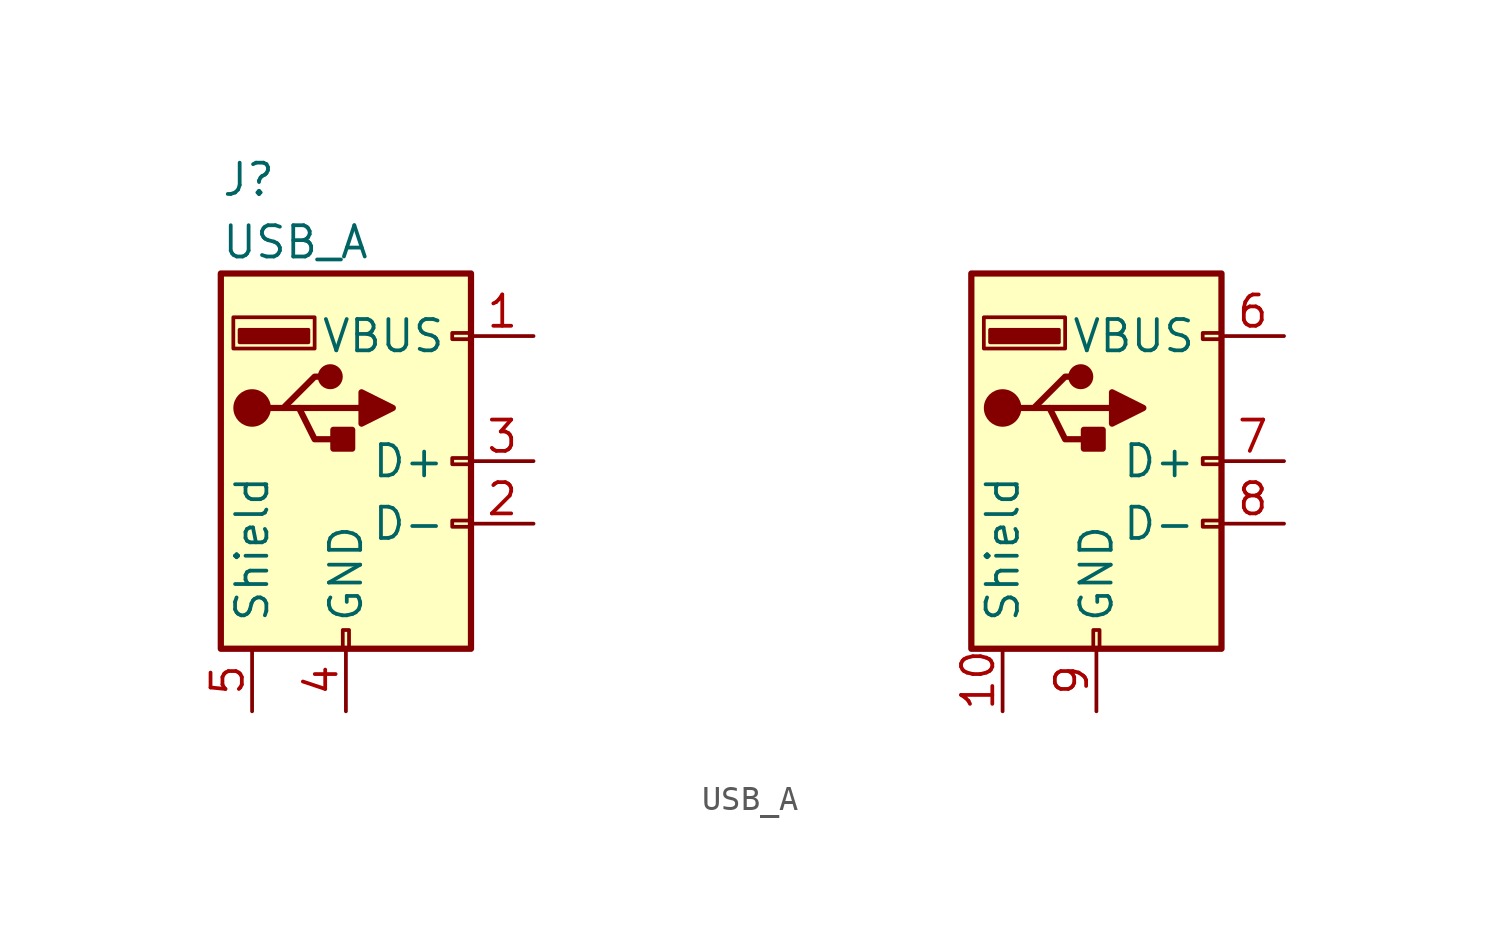
<source format=kicad_sym>
(kicad_symbol_lib
  (version 20231120)
  (generator "kicad_symbol_editor")
  (generator_version "8.0")
  (symbol "USB_A"
    (pin_names
      (offset 1.016))
    (property "Reference" "J"
      (at -5.08 11.43 0)
      (effects (font (size 1.27 1.27)) (justify left)))
    (property "Value" "USB_A"
      (at -5.08 8.89 0)
      (effects (font (size 1.27 1.27)) (justify left)))
    (symbol "USB_A_0_1"
      (rectangle (start -5.08 -7.62) (end 5.08 7.62) (stroke (width 0.254) (type default)) (fill (type background)))
      (circle (center -3.81 2.159) (radius 0.635) (stroke (width 0.254) (type default)) (fill (type outline)))
      (rectangle (start -1.524 4.826) (end -4.318 5.334) (stroke (width 0) (type default)) (fill (type outline)))
      (rectangle (start -1.27 4.572) (end -4.572 5.842) (stroke (width 0) (type default)) (fill (type none)))
      (circle (center -0.635 3.429) (radius 0.381) (stroke (width 0.254) (type default)) (fill (type outline)))
      (rectangle (start -0.127 -7.62) (end 0.127 -6.858) (stroke (width 0) (type default)) (fill (type none)))
      (polyline (pts (xy -3.175 2.159) (xy -2.54 2.159) (xy -1.27 3.429) (xy -0.635 3.429)) (stroke (width 0.254) (type default)) (fill (type none)))
      (polyline (pts (xy -2.54 2.159) (xy -1.905 2.159) (xy -1.27 0.889) (xy 0 0.889)) (stroke (width 0.254) (type default)) (fill (type none)))
      (polyline (pts (xy 0.635 2.794) (xy 0.635 1.524) (xy 1.905 2.159) (xy 0.635 2.794)) (stroke (width 0.254) (type default)) (fill (type outline)))
      (polyline (pts (xy 27.305 2.159) (xy 27.94 2.159) (xy 29.21 3.429) (xy 29.845 3.429)) (stroke (width 0.254) (type default)) (fill (type none)))
      (polyline (pts (xy 27.94 2.159) (xy 28.575 2.159) (xy 29.21 0.889) (xy 30.48 0.889)) (stroke (width 0.254) (type default)) (fill (type none)))
      (polyline (pts (xy 31.115 2.794) (xy 31.115 1.524) (xy 32.385 2.159) (xy 31.115 2.794)) (stroke (width 0.254) (type default)) (fill (type outline)))
      (rectangle (start 0.254 1.27) (end -0.508 0.508) (stroke (width 0.254) (type default)) (fill (type outline)))
      (rectangle (start 5.08 -2.667) (end 4.318 -2.413) (stroke (width 0) (type default)) (fill (type none)))
      (rectangle (start 5.08 -0.127) (end 4.318 0.127) (stroke (width 0) (type default)) (fill (type none)))
      (rectangle (start 5.08 4.953) (end 4.318 5.207) (stroke (width 0) (type default)) (fill (type none)))
      (rectangle (start 25.4 -7.62) (end 35.56 7.62) (stroke (width 0.254) (type default)) (fill (type background)))
      (circle (center 26.67 2.159) (radius 0.635) (stroke (width 0.254) (type default)) (fill (type outline)))
      (rectangle (start 28.956 4.826) (end 26.162 5.334) (stroke (width 0) (type default)) (fill (type outline)))
      (rectangle (start 29.21 4.572) (end 25.908 5.842) (stroke (width 0) (type default)) (fill (type none)))
      (circle (center 29.845 3.429) (radius 0.381) (stroke (width 0.254) (type default)) (fill (type outline)))
      (rectangle (start 30.353 -7.62) (end 30.607 -6.858) (stroke (width 0) (type default)) (fill (type none)))
      (rectangle (start 30.734 1.27) (end 29.972 0.508) (stroke (width 0.254) (type default)) (fill (type outline)))
      (rectangle (start 35.56 -2.667) (end 34.798 -2.413) (stroke (width 0) (type default)) (fill (type none)))
      (rectangle (start 35.56 -0.127) (end 34.798 0.127) (stroke (width 0) (type default)) (fill (type none)))
      (rectangle (start 35.56 4.953) (end 34.798 5.207) (stroke (width 0) (type default)) (fill (type none))))
    (symbol "USB_A_1_1"
      (polyline (pts (xy -1.905 2.159) (xy 0.635 2.159)) (stroke (width 0.254) (type default)) (fill (type none)))
      (polyline (pts (xy 28.575 2.159) (xy 31.115 2.159)) (stroke (width 0.254) (type default)) (fill (type none)))
      (pin power_in line (at 7.62 5.08 180) (length 2.54) (name "VBUS" (effects (font (size 1.27 1.27)))) (number "1" (effects (font (size 1.27 1.27)))))
      (pin passive line (at 26.67 -10.16 90) (length 2.54) (name "Shield" (effects (font (size 1.27 1.27)))) (number "10" (effects (font (size 1.27 1.27)))))
      (pin bidirectional line (at 7.62 -2.54 180) (length 2.54) (name "D-" (effects (font (size 1.27 1.27)))) (number "2" (effects (font (size 1.27 1.27)))))
      (pin bidirectional line (at 7.62 0 180) (length 2.54) (name "D+" (effects (font (size 1.27 1.27)))) (number "3" (effects (font (size 1.27 1.27)))))
      (pin power_in line (at 0 -10.16 90) (length 2.54) (name "GND" (effects (font (size 1.27 1.27)))) (number "4" (effects (font (size 1.27 1.27)))))
      (pin passive line (at -3.81 -10.16 90) (length 2.54) (name "Shield" (effects (font (size 1.27 1.27)))) (number "5" (effects (font (size 1.27 1.27)))))
      (pin power_in line (at 38.1 5.08 180) (length 2.54) (name "VBUS" (effects (font (size 1.27 1.27)))) (number "6" (effects (font (size 1.27 1.27)))))
      (pin bidirectional line (at 38.1 0 180) (length 2.54) (name "D+" (effects (font (size 1.27 1.27)))) (number "7" (effects (font (size 1.27 1.27)))))
      (pin bidirectional line (at 38.1 -2.54 180) (length 2.54) (name "D-" (effects (font (size 1.27 1.27)))) (number "8" (effects (font (size 1.27 1.27)))))
      (pin power_in line (at 30.48 -10.16 90) (length 2.54) (name "GND" (effects (font (size 1.27 1.27)))) (number "9" (effects (font (size 1.27 1.27))))))))
</source>
